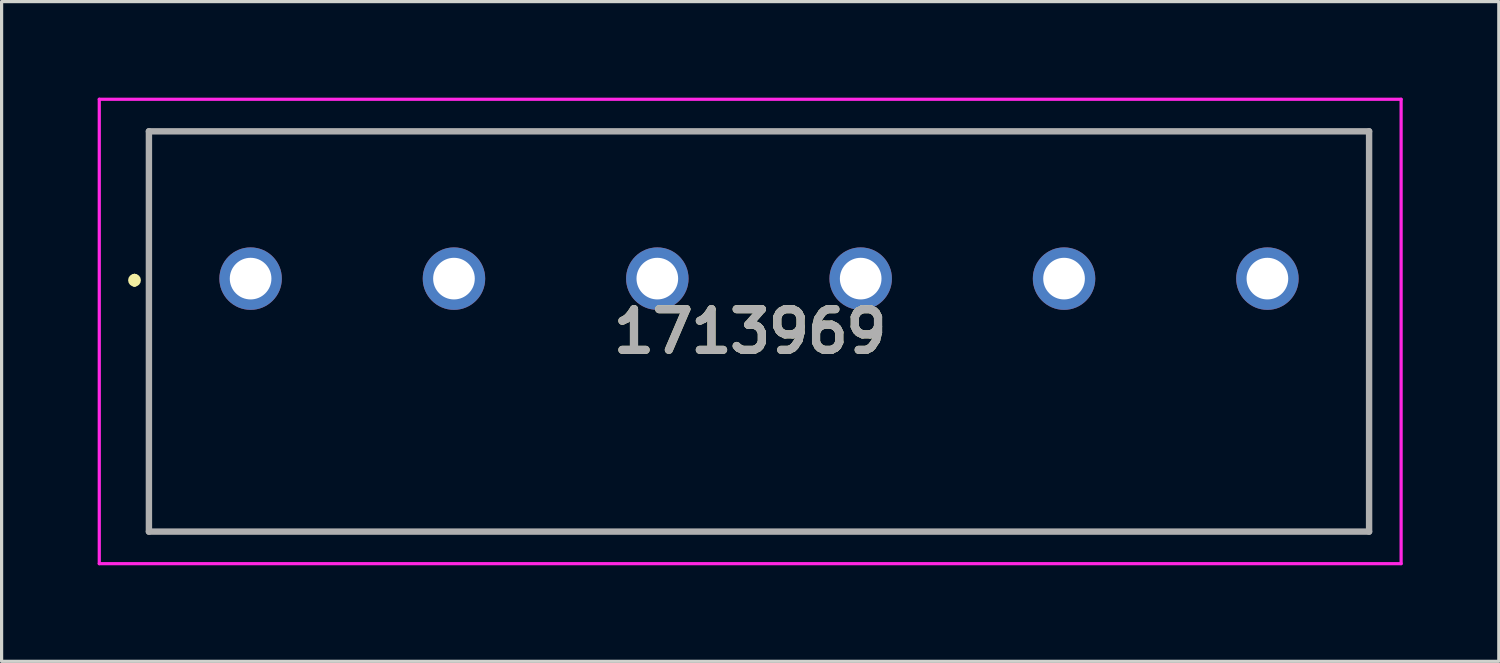
<source format=kicad_pcb>
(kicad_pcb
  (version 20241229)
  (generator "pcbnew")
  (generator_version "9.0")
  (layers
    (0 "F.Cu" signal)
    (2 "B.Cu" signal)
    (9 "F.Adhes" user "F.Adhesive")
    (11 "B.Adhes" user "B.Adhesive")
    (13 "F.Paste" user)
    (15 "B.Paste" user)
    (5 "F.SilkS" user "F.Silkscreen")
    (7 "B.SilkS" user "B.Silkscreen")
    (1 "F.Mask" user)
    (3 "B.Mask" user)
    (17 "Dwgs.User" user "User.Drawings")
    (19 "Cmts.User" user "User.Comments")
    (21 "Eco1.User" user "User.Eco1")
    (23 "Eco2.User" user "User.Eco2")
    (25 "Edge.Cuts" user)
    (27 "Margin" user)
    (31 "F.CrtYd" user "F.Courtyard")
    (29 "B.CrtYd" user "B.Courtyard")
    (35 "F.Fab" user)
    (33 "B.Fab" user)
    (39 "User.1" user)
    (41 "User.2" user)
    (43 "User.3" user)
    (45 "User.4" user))
  (footprint "1713969"
    (layer "F.Cu")
    (at 4.775 5.65)
    (property "Reference" "1713969" (at 15.6 1.65 0) (layer "F.SilkS") (effects (font (size 1.27 1.27) (thickness 0.254))))
    (attr through_hole)
    (fp_line (start -3.625 -0.05) (end -3.625 -0.05) (stroke (width 0.2) (type solid)) (layer "F.SilkS"))
    (fp_line (start -3.625 0.15) (end -3.625 0.15) (stroke (width 0.2) (type solid)) (layer "F.SilkS"))
    (fp_line (start -3.175 -4.6) (end 34.925 -4.6) (stroke (width 0.1) (type solid)) (layer "F.SilkS"))
    (fp_line (start -3.175 7.9) (end -3.175 -4.6) (stroke (width 0.1) (type solid)) (layer "F.SilkS"))
    (fp_line (start 34.925 -4.6) (end 34.925 7.9) (stroke (width 0.1) (type solid)) (layer "F.SilkS"))
    (fp_line (start 34.925 7.9) (end -3.175 7.9) (stroke (width 0.1) (type solid)) (layer "F.SilkS"))
    (fp_arc (start -3.625 -0.05) (mid -3.525 0.05) (end -3.625 0.15) (stroke (width 0.2) (type solid)) (layer "F.SilkS"))
    (fp_arc (start -3.625 0.15) (mid -3.725 0.05) (end -3.625 -0.05) (stroke (width 0.2) (type solid)) (layer "F.SilkS"))
    (fp_line (start -4.725 -5.6) (end 35.925 -5.6) (stroke (width 0.1) (type solid)) (layer "F.CrtYd"))
    (fp_line (start -4.725 8.9) (end -4.725 -5.6) (stroke (width 0.1) (type solid)) (layer "F.CrtYd"))
    (fp_line (start 35.925 -5.6) (end 35.925 8.9) (stroke (width 0.1) (type solid)) (layer "F.CrtYd"))
    (fp_line (start 35.925 8.9) (end -4.725 8.9) (stroke (width 0.1) (type solid)) (layer "F.CrtYd"))
    (fp_line (start -3.175 -4.6) (end 34.925 -4.6) (stroke (width 0.2) (type solid)) (layer "F.Fab"))
    (fp_line (start -3.175 7.9) (end -3.175 -4.6) (stroke (width 0.2) (type solid)) (layer "F.Fab"))
    (fp_line (start 34.925 -4.6) (end 34.925 7.9) (stroke (width 0.2) (type solid)) (layer "F.Fab"))
    (fp_line (start 34.925 7.9) (end -3.175 7.9) (stroke (width 0.2) (type solid)) (layer "F.Fab"))
    (fp_text user "${REFERENCE}" (at 15.6 1.65 0) (layer "F.Fab") (effects (font (size 1.27 1.27) (thickness 0.254))))
    (pad "1" thru_hole circle (at 0 0) (size 1.95 1.95) (drill 1.3) (layers "*.Cu" "*.Mask"))
    (pad "2" thru_hole circle (at 6.35 0) (size 1.95 1.95) (drill 1.3) (layers "*.Cu" "*.Mask"))
    (pad "3" thru_hole circle (at 12.7 0) (size 1.95 1.95) (drill 1.3) (layers "*.Cu" "*.Mask"))
    (pad "4" thru_hole circle (at 19.05 0) (size 1.95 1.95) (drill 1.3) (layers "*.Cu" "*.Mask"))
    (pad "5" thru_hole circle (at 25.4 0) (size 1.95 1.95) (drill 1.3) (layers "*.Cu" "*.Mask"))
    (pad "6" thru_hole circle (at 31.75 0) (size 1.95 1.95) (drill 1.3) (layers "*.Cu" "*.Mask")))
  (gr_rect
    (start -3 -3)
    (end 43.75 17.6)
    (stroke (width 0.1) (type default))
    (fill no)
    (layer "Edge.Cuts")))
</source>
